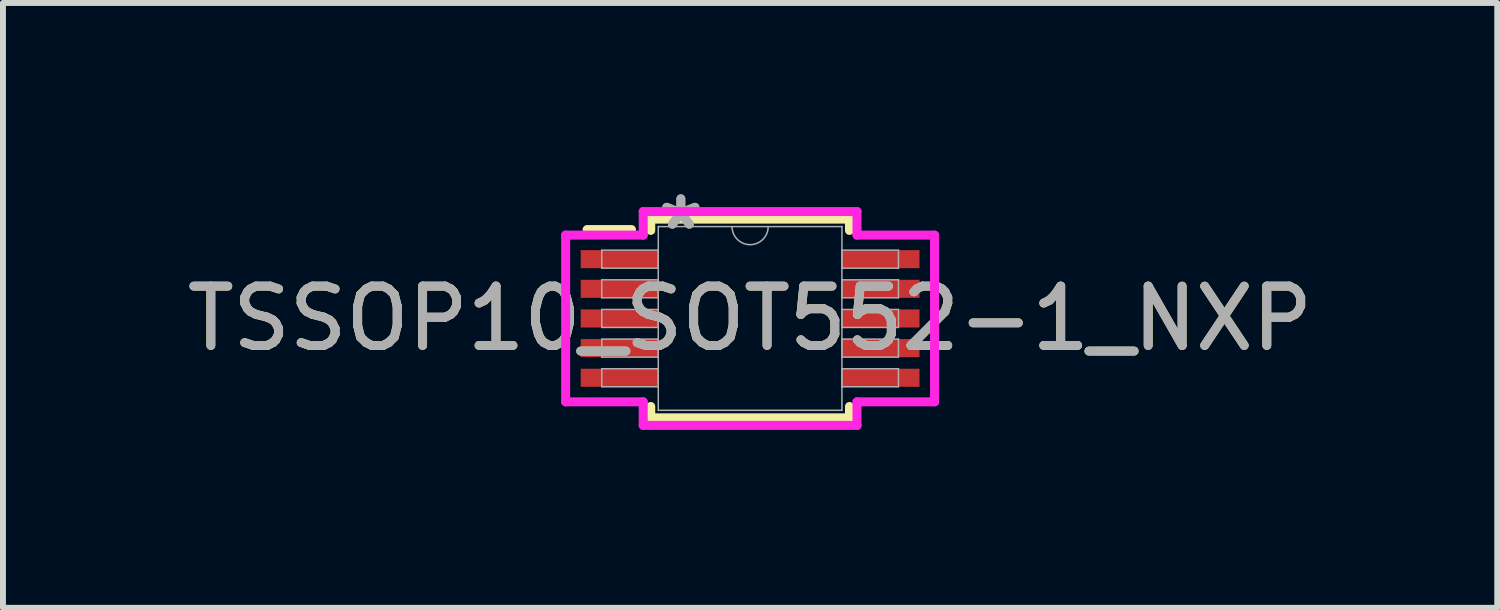
<source format=kicad_pcb>
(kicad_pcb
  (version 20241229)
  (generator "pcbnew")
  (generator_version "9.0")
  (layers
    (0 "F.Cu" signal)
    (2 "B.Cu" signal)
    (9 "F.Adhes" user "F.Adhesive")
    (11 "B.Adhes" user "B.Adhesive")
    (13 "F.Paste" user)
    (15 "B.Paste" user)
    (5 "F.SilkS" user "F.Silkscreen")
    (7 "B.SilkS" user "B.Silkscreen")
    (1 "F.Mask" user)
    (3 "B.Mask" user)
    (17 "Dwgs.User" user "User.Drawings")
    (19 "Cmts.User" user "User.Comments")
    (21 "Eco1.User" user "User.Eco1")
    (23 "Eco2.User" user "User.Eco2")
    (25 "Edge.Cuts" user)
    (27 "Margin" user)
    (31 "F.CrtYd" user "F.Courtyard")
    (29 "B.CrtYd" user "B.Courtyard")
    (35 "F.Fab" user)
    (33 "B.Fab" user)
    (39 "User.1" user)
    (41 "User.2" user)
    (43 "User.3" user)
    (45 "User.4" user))
  (footprint "TSSOP10_SOT552-1_NXP"
    (layer "F.Cu")
    (at 9.601 2.321)
    (property "Reference" "TSSOP10_SOT552-1_NXP" (at 0 0 0) (unlocked yes) (layer "F.SilkS") (effects (font (size 1 1) (thickness 0.15))))
    (attr smd)
    (fp_line (start -2.75 -1.5) (end -2 -1.5) (stroke (width 0.15) (type default)) (layer "F.SilkS"))
    (fp_line (start -1.676 -1.676) (end -1.676 -1.485) (stroke (width 0.152) (type solid)) (layer "F.SilkS"))
    (fp_line (start -1.676 1.485) (end -1.676 1.676) (stroke (width 0.152) (type solid)) (layer "F.SilkS"))
    (fp_line (start -1.676 1.676) (end 1.676 1.676) (stroke (width 0.152) (type solid)) (layer "F.SilkS"))
    (fp_line (start 1.676 -1.676) (end -1.676 -1.676) (stroke (width 0.152) (type solid)) (layer "F.SilkS"))
    (fp_line (start 1.676 -1.485) (end 1.676 -1.676) (stroke (width 0.152) (type solid)) (layer "F.SilkS"))
    (fp_line (start 1.676 1.676) (end 1.676 1.485) (stroke (width 0.152) (type solid)) (layer "F.SilkS"))
    (fp_line (start -3.111 -1.406) (end -1.803 -1.406) (stroke (width 0.152) (type solid)) (layer "F.CrtYd"))
    (fp_line (start -3.111 1.406) (end -3.111 -1.406) (stroke (width 0.152) (type solid)) (layer "F.CrtYd"))
    (fp_line (start -3.111 1.406) (end -1.803 1.406) (stroke (width 0.152) (type solid)) (layer "F.CrtYd"))
    (fp_line (start -1.803 -1.803) (end 1.803 -1.803) (stroke (width 0.152) (type solid)) (layer "F.CrtYd"))
    (fp_line (start -1.803 -1.406) (end -1.803 -1.803) (stroke (width 0.152) (type solid)) (layer "F.CrtYd"))
    (fp_line (start -1.803 1.803) (end -1.803 1.406) (stroke (width 0.152) (type solid)) (layer "F.CrtYd"))
    (fp_line (start 1.803 -1.803) (end 1.803 -1.406) (stroke (width 0.152) (type solid)) (layer "F.CrtYd"))
    (fp_line (start 1.803 1.406) (end 1.803 1.803) (stroke (width 0.152) (type solid)) (layer "F.CrtYd"))
    (fp_line (start 1.803 1.803) (end -1.803 1.803) (stroke (width 0.152) (type solid)) (layer "F.CrtYd"))
    (fp_line (start 3.111 -1.406) (end 1.803 -1.406) (stroke (width 0.152) (type solid)) (layer "F.CrtYd"))
    (fp_line (start 3.111 -1.406) (end 3.111 1.406) (stroke (width 0.152) (type solid)) (layer "F.CrtYd"))
    (fp_line (start 3.111 1.406) (end 1.803 1.406) (stroke (width 0.152) (type solid)) (layer "F.CrtYd"))
    (fp_line (start -2.502 -1.152) (end -2.502 -0.848) (stroke (width 0.025) (type solid)) (layer "F.Fab"))
    (fp_line (start -2.502 -0.848) (end -1.549 -0.848) (stroke (width 0.025) (type solid)) (layer "F.Fab"))
    (fp_line (start -2.502 -0.652) (end -2.502 -0.348) (stroke (width 0.025) (type solid)) (layer "F.Fab"))
    (fp_line (start -2.502 -0.348) (end -1.549 -0.348) (stroke (width 0.025) (type solid)) (layer "F.Fab"))
    (fp_line (start -2.502 -0.152) (end -2.502 0.152) (stroke (width 0.025) (type solid)) (layer "F.Fab"))
    (fp_line (start -2.502 0.152) (end -1.549 0.152) (stroke (width 0.025) (type solid)) (layer "F.Fab"))
    (fp_line (start -2.502 0.348) (end -2.502 0.652) (stroke (width 0.025) (type solid)) (layer "F.Fab"))
    (fp_line (start -2.502 0.652) (end -1.549 0.652) (stroke (width 0.025) (type solid)) (layer "F.Fab"))
    (fp_line (start -2.502 0.848) (end -2.502 1.152) (stroke (width 0.025) (type solid)) (layer "F.Fab"))
    (fp_line (start -2.502 1.152) (end -1.549 1.152) (stroke (width 0.025) (type solid)) (layer "F.Fab"))
    (fp_line (start -1.549 -1.549) (end -1.549 1.549) (stroke (width 0.025) (type solid)) (layer "F.Fab"))
    (fp_line (start -1.549 -1.152) (end -2.502 -1.152) (stroke (width 0.025) (type solid)) (layer "F.Fab"))
    (fp_line (start -1.549 -0.848) (end -1.549 -1.152) (stroke (width 0.025) (type solid)) (layer "F.Fab"))
    (fp_line (start -1.549 -0.652) (end -2.502 -0.652) (stroke (width 0.025) (type solid)) (layer "F.Fab"))
    (fp_line (start -1.549 -0.348) (end -1.549 -0.652) (stroke (width 0.025) (type solid)) (layer "F.Fab"))
    (fp_line (start -1.549 -0.152) (end -2.502 -0.152) (stroke (width 0.025) (type solid)) (layer "F.Fab"))
    (fp_line (start -1.549 0.152) (end -1.549 -0.152) (stroke (width 0.025) (type solid)) (layer "F.Fab"))
    (fp_line (start -1.549 0.348) (end -2.502 0.348) (stroke (width 0.025) (type solid)) (layer "F.Fab"))
    (fp_line (start -1.549 0.652) (end -1.549 0.348) (stroke (width 0.025) (type solid)) (layer "F.Fab"))
    (fp_line (start -1.549 0.848) (end -2.502 0.848) (stroke (width 0.025) (type solid)) (layer "F.Fab"))
    (fp_line (start -1.549 1.152) (end -1.549 0.848) (stroke (width 0.025) (type solid)) (layer "F.Fab"))
    (fp_line (start -1.549 1.549) (end 1.549 1.549) (stroke (width 0.025) (type solid)) (layer "F.Fab"))
    (fp_line (start 1.549 -1.549) (end -1.549 -1.549) (stroke (width 0.025) (type solid)) (layer "F.Fab"))
    (fp_line (start 1.549 -1.152) (end 1.549 -0.848) (stroke (width 0.025) (type solid)) (layer "F.Fab"))
    (fp_line (start 1.549 -0.848) (end 2.502 -0.848) (stroke (width 0.025) (type solid)) (layer "F.Fab"))
    (fp_line (start 1.549 -0.652) (end 1.549 -0.348) (stroke (width 0.025) (type solid)) (layer "F.Fab"))
    (fp_line (start 1.549 -0.348) (end 2.502 -0.348) (stroke (width 0.025) (type solid)) (layer "F.Fab"))
    (fp_line (start 1.549 -0.152) (end 1.549 0.152) (stroke (width 0.025) (type solid)) (layer "F.Fab"))
    (fp_line (start 1.549 0.152) (end 2.502 0.152) (stroke (width 0.025) (type solid)) (layer "F.Fab"))
    (fp_line (start 1.549 0.348) (end 1.549 0.652) (stroke (width 0.025) (type solid)) (layer "F.Fab"))
    (fp_line (start 1.549 0.652) (end 2.502 0.652) (stroke (width 0.025) (type solid)) (layer "F.Fab"))
    (fp_line (start 1.549 0.848) (end 1.549 1.152) (stroke (width 0.025) (type solid)) (layer "F.Fab"))
    (fp_line (start 1.549 1.152) (end 2.502 1.152) (stroke (width 0.025) (type solid)) (layer "F.Fab"))
    (fp_line (start 1.549 1.549) (end 1.549 -1.549) (stroke (width 0.025) (type solid)) (layer "F.Fab"))
    (fp_line (start 2.502 -1.152) (end 1.549 -1.152) (stroke (width 0.025) (type solid)) (layer "F.Fab"))
    (fp_line (start 2.502 -0.848) (end 2.502 -1.152) (stroke (width 0.025) (type solid)) (layer "F.Fab"))
    (fp_line (start 2.502 -0.652) (end 1.549 -0.652) (stroke (width 0.025) (type solid)) (layer "F.Fab"))
    (fp_line (start 2.502 -0.348) (end 2.502 -0.652) (stroke (width 0.025) (type solid)) (layer "F.Fab"))
    (fp_line (start 2.502 -0.152) (end 1.549 -0.152) (stroke (width 0.025) (type solid)) (layer "F.Fab"))
    (fp_line (start 2.502 0.152) (end 2.502 -0.152) (stroke (width 0.025) (type solid)) (layer "F.Fab"))
    (fp_line (start 2.502 0.348) (end 1.549 0.348) (stroke (width 0.025) (type solid)) (layer "F.Fab"))
    (fp_line (start 2.502 0.652) (end 2.502 0.348) (stroke (width 0.025) (type solid)) (layer "F.Fab"))
    (fp_line (start 2.502 0.848) (end 1.549 0.848) (stroke (width 0.025) (type solid)) (layer "F.Fab"))
    (fp_line (start 2.502 1.152) (end 2.502 0.848) (stroke (width 0.025) (type solid)) (layer "F.Fab"))
    (fp_arc (start 0.3048 -1.5494) (mid 0 -1.2446) (end -0.3048 -1.5494) (stroke (width 0.0254) (type solid)) (layer "F.Fab"))
    (fp_text user "*" (at -1.168 -1.473 0) (layer "F.Fab") (effects (font (size 1 1) (thickness 0.15))))
    (fp_text user "*" (at -1.168 -1.473 0) (unlocked yes) (layer "F.Fab") (effects (font (size 1 1) (thickness 0.15))))
    (fp_text user "${REFERENCE}" (at 0 0 0) (unlocked yes) (layer "F.Fab") (effects (font (size 1 1) (thickness 0.15))))
    (pad "1" smd rect (at -2.203 -1) (size 1.308 0.305) (layers "F.Cu" "F.Mask" "F.Paste"))
    (pad "2" smd rect (at -2.203 -0.5) (size 1.308 0.305) (layers "F.Cu" "F.Mask" "F.Paste"))
    (pad "3" smd rect (at -2.203 0) (size 1.308 0.305) (layers "F.Cu" "F.Mask" "F.Paste"))
    (pad "4" smd rect (at -2.203 0.5) (size 1.308 0.305) (layers "F.Cu" "F.Mask" "F.Paste"))
    (pad "5" smd rect (at -2.203 1) (size 1.308 0.305) (layers "F.Cu" "F.Mask" "F.Paste"))
    (pad "6" smd rect (at 2.203 1) (size 1.308 0.305) (layers "F.Cu" "F.Mask" "F.Paste"))
    (pad "7" smd rect (at 2.203 0.5) (size 1.308 0.305) (layers "F.Cu" "F.Mask" "F.Paste"))
    (pad "8" smd rect (at 2.203 0) (size 1.308 0.305) (layers "F.Cu" "F.Mask" "F.Paste"))
    (pad "9" smd rect (at 2.203 -0.5) (size 1.308 0.305) (layers "F.Cu" "F.Mask" "F.Paste"))
    (pad "10" smd rect (at 2.203 -1) (size 1.308 0.305) (layers "F.Cu" "F.Mask" "F.Paste")))
  (gr_rect
    (start -3 -3)
    (end 22.202 7.201)
    (stroke (width 0.1) (type default))
    (fill no)
    (layer "Edge.Cuts")))
</source>
